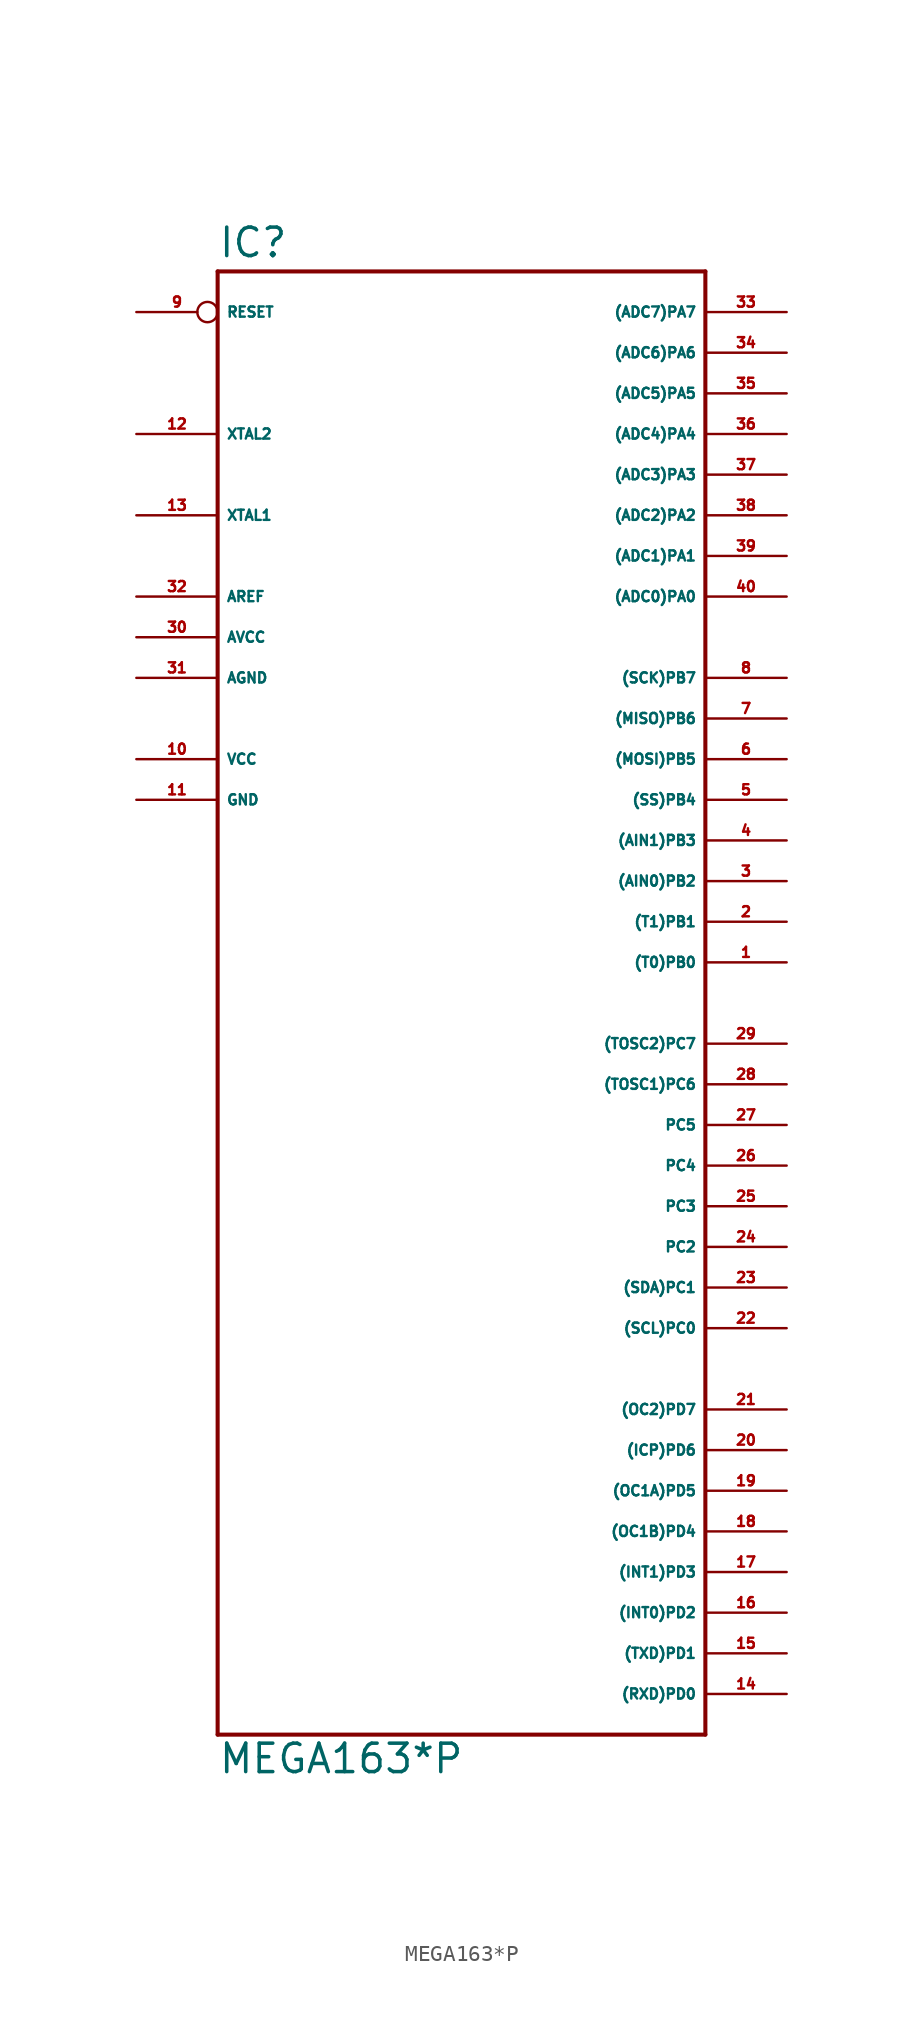
<source format=kicad_sym>
(kicad_symbol_lib
  (version 20220914)
  (generator Eagle2Kicad)
  (symbol "MEGA163*P"
    (property "Reference" "IC"
      (at -15.24 46.482 0)
      (effects (font (size 1.778 1.778) (thickness 0.22)) (justify left bottom)))
    (property "Value" "MEGA163*P"
      (at -15.24 -48.26 0)
      (effects (font (size 1.778 1.778) (thickness 0.22)) (justify left bottom)))
    (polyline
      (pts (xy -15.24 45.72) (xy 15.24 45.72))
      (stroke (width 0.254) (type default))
      (fill (type none)))
    (polyline
      (pts (xy 15.24 45.72) (xy 15.24 -45.72))
      (stroke (width 0.254) (type default))
      (fill (type none)))
    (polyline
      (pts (xy 15.24 -45.72) (xy -15.24 -45.72))
      (stroke (width 0.254) (type default))
      (fill (type none)))
    (polyline
      (pts (xy -15.24 -45.72) (xy -15.24 45.72))
      (stroke (width 0.254) (type default))
      (fill (type none)))
    (pin bidirectional line
      (at 20.32 43.18 180)
      (length 5.08)
      (name "(ADC7)PA7" (effects (font (size 0.635 0.635) (thickness 0.08)) (justify left bottom)))
      (number "33" (effects (font (size 0.635 0.635) (thickness 0.08)) (justify left bottom))))
    (pin bidirectional line
      (at 20.32 40.64 180)
      (length 5.08)
      (name "(ADC6)PA6" (effects (font (size 0.635 0.635) (thickness 0.08)) (justify left bottom)))
      (number "34" (effects (font (size 0.635 0.635) (thickness 0.08)) (justify left bottom))))
    (pin bidirectional line
      (at 20.32 38.1 180)
      (length 5.08)
      (name "(ADC5)PA5" (effects (font (size 0.635 0.635) (thickness 0.08)) (justify left bottom)))
      (number "35" (effects (font (size 0.635 0.635) (thickness 0.08)) (justify left bottom))))
    (pin bidirectional line
      (at 20.32 35.56 180)
      (length 5.08)
      (name "(ADC4)PA4" (effects (font (size 0.635 0.635) (thickness 0.08)) (justify left bottom)))
      (number "36" (effects (font (size 0.635 0.635) (thickness 0.08)) (justify left bottom))))
    (pin bidirectional line
      (at 20.32 33.02 180)
      (length 5.08)
      (name "(ADC3)PA3" (effects (font (size 0.635 0.635) (thickness 0.08)) (justify left bottom)))
      (number "37" (effects (font (size 0.635 0.635) (thickness 0.08)) (justify left bottom))))
    (pin bidirectional line
      (at 20.32 30.48 180)
      (length 5.08)
      (name "(ADC2)PA2" (effects (font (size 0.635 0.635) (thickness 0.08)) (justify left bottom)))
      (number "38" (effects (font (size 0.635 0.635) (thickness 0.08)) (justify left bottom))))
    (pin bidirectional line
      (at 20.32 27.94 180)
      (length 5.08)
      (name "(ADC1)PA1" (effects (font (size 0.635 0.635) (thickness 0.08)) (justify left bottom)))
      (number "39" (effects (font (size 0.635 0.635) (thickness 0.08)) (justify left bottom))))
    (pin bidirectional line
      (at 20.32 25.4 180)
      (length 5.08)
      (name "(ADC0)PA0" (effects (font (size 0.635 0.635) (thickness 0.08)) (justify left bottom)))
      (number "40" (effects (font (size 0.635 0.635) (thickness 0.08)) (justify left bottom))))
    (pin bidirectional line
      (at 20.32 20.32 180)
      (length 5.08)
      (name "(SCK)PB7" (effects (font (size 0.635 0.635) (thickness 0.08)) (justify left bottom)))
      (number "8" (effects (font (size 0.635 0.635) (thickness 0.08)) (justify left bottom))))
    (pin bidirectional line
      (at 20.32 17.78 180)
      (length 5.08)
      (name "(MISO)PB6" (effects (font (size 0.635 0.635) (thickness 0.08)) (justify left bottom)))
      (number "7" (effects (font (size 0.635 0.635) (thickness 0.08)) (justify left bottom))))
    (pin bidirectional line
      (at 20.32 15.24 180)
      (length 5.08)
      (name "(MOSI)PB5" (effects (font (size 0.635 0.635) (thickness 0.08)) (justify left bottom)))
      (number "6" (effects (font (size 0.635 0.635) (thickness 0.08)) (justify left bottom))))
    (pin bidirectional line
      (at 20.32 12.7 180)
      (length 5.08)
      (name "(SS)PB4" (effects (font (size 0.635 0.635) (thickness 0.08)) (justify left bottom)))
      (number "5" (effects (font (size 0.635 0.635) (thickness 0.08)) (justify left bottom))))
    (pin bidirectional line
      (at 20.32 10.16 180)
      (length 5.08)
      (name "(AIN1)PB3" (effects (font (size 0.635 0.635) (thickness 0.08)) (justify left bottom)))
      (number "4" (effects (font (size 0.635 0.635) (thickness 0.08)) (justify left bottom))))
    (pin bidirectional line
      (at 20.32 7.62 180)
      (length 5.08)
      (name "(AIN0)PB2" (effects (font (size 0.635 0.635) (thickness 0.08)) (justify left bottom)))
      (number "3" (effects (font (size 0.635 0.635) (thickness 0.08)) (justify left bottom))))
    (pin bidirectional line
      (at 20.32 5.08 180)
      (length 5.08)
      (name "(T1)PB1" (effects (font (size 0.635 0.635) (thickness 0.08)) (justify left bottom)))
      (number "2" (effects (font (size 0.635 0.635) (thickness 0.08)) (justify left bottom))))
    (pin bidirectional line
      (at 20.32 2.54 180)
      (length 5.08)
      (name "(T0)PB0" (effects (font (size 0.635 0.635) (thickness 0.08)) (justify left bottom)))
      (number "1" (effects (font (size 0.635 0.635) (thickness 0.08)) (justify left bottom))))
    (pin bidirectional line
      (at 20.32 -2.54 180)
      (length 5.08)
      (name "(TOSC2)PC7" (effects (font (size 0.635 0.635) (thickness 0.08)) (justify left bottom)))
      (number "29" (effects (font (size 0.635 0.635) (thickness 0.08)) (justify left bottom))))
    (pin bidirectional line
      (at 20.32 -5.08 180)
      (length 5.08)
      (name "(TOSC1)PC6" (effects (font (size 0.635 0.635) (thickness 0.08)) (justify left bottom)))
      (number "28" (effects (font (size 0.635 0.635) (thickness 0.08)) (justify left bottom))))
    (pin bidirectional line
      (at 20.32 -7.62 180)
      (length 5.08)
      (name "PC5" (effects (font (size 0.635 0.635) (thickness 0.08)) (justify left bottom)))
      (number "27" (effects (font (size 0.635 0.635) (thickness 0.08)) (justify left bottom))))
    (pin bidirectional line
      (at 20.32 -10.16 180)
      (length 5.08)
      (name "PC4" (effects (font (size 0.635 0.635) (thickness 0.08)) (justify left bottom)))
      (number "26" (effects (font (size 0.635 0.635) (thickness 0.08)) (justify left bottom))))
    (pin bidirectional line
      (at 20.32 -12.7 180)
      (length 5.08)
      (name "PC3" (effects (font (size 0.635 0.635) (thickness 0.08)) (justify left bottom)))
      (number "25" (effects (font (size 0.635 0.635) (thickness 0.08)) (justify left bottom))))
    (pin bidirectional line
      (at 20.32 -15.24 180)
      (length 5.08)
      (name "PC2" (effects (font (size 0.635 0.635) (thickness 0.08)) (justify left bottom)))
      (number "24" (effects (font (size 0.635 0.635) (thickness 0.08)) (justify left bottom))))
    (pin bidirectional line
      (at 20.32 -17.78 180)
      (length 5.08)
      (name "(SDA)PC1" (effects (font (size 0.635 0.635) (thickness 0.08)) (justify left bottom)))
      (number "23" (effects (font (size 0.635 0.635) (thickness 0.08)) (justify left bottom))))
    (pin bidirectional line
      (at 20.32 -20.32 180)
      (length 5.08)
      (name "(SCL)PC0" (effects (font (size 0.635 0.635) (thickness 0.08)) (justify left bottom)))
      (number "22" (effects (font (size 0.635 0.635) (thickness 0.08)) (justify left bottom))))
    (pin unspecified line
      (at -20.32 20.32 0)
      (length 5.08)
      (name "AGND" (effects (font (size 0.635 0.635) (thickness 0.08)) (justify left bottom)))
      (number "31" (effects (font (size 0.635 0.635) (thickness 0.08)) (justify left bottom))))
    (pin unspecified line
      (at -20.32 22.86 0)
      (length 5.08)
      (name "AVCC" (effects (font (size 0.635 0.635) (thickness 0.08)) (justify left bottom)))
      (number "30" (effects (font (size 0.635 0.635) (thickness 0.08)) (justify left bottom))))
    (pin passive line
      (at -20.32 25.4 0)
      (length 5.08)
      (name "AREF" (effects (font (size 0.635 0.635) (thickness 0.08)) (justify left bottom)))
      (number "32" (effects (font (size 0.635 0.635) (thickness 0.08)) (justify left bottom))))
    (pin bidirectional line
      (at -20.32 30.48 0)
      (length 5.08)
      (name "XTAL1" (effects (font (size 0.635 0.635) (thickness 0.08)) (justify left bottom)))
      (number "13" (effects (font (size 0.635 0.635) (thickness 0.08)) (justify left bottom))))
    (pin bidirectional line
      (at -20.32 35.56 0)
      (length 5.08)
      (name "XTAL2" (effects (font (size 0.635 0.635) (thickness 0.08)) (justify left bottom)))
      (number "12" (effects (font (size 0.635 0.635) (thickness 0.08)) (justify left bottom))))
    (pin unspecified line
      (at -20.32 15.24 0)
      (length 5.08)
      (name "VCC" (effects (font (size 0.635 0.635) (thickness 0.08)) (justify left bottom)))
      (number "10" (effects (font (size 0.635 0.635) (thickness 0.08)) (justify left bottom))))
    (pin unspecified line
      (at -20.32 12.7 0)
      (length 5.08)
      (name "GND" (effects (font (size 0.635 0.635) (thickness 0.08)) (justify left bottom)))
      (number "11" (effects (font (size 0.635 0.635) (thickness 0.08)) (justify left bottom))))
    (pin input inverted
      (at -20.32 43.18 0)
      (length 5.08)
      (name "RESET" (effects (font (size 0.635 0.635) (thickness 0.08)) (justify left bottom)))
      (number "9" (effects (font (size 0.635 0.635) (thickness 0.08)) (justify left bottom))))
    (pin bidirectional line
      (at 20.32 -43.18 180)
      (length 5.08)
      (name "(RXD)PD0" (effects (font (size 0.635 0.635) (thickness 0.08)) (justify left bottom)))
      (number "14" (effects (font (size 0.635 0.635) (thickness 0.08)) (justify left bottom))))
    (pin bidirectional line
      (at 20.32 -40.64 180)
      (length 5.08)
      (name "(TXD)PD1" (effects (font (size 0.635 0.635) (thickness 0.08)) (justify left bottom)))
      (number "15" (effects (font (size 0.635 0.635) (thickness 0.08)) (justify left bottom))))
    (pin bidirectional line
      (at 20.32 -38.1 180)
      (length 5.08)
      (name "(INT0)PD2" (effects (font (size 0.635 0.635) (thickness 0.08)) (justify left bottom)))
      (number "16" (effects (font (size 0.635 0.635) (thickness 0.08)) (justify left bottom))))
    (pin bidirectional line
      (at 20.32 -35.56 180)
      (length 5.08)
      (name "(INT1)PD3" (effects (font (size 0.635 0.635) (thickness 0.08)) (justify left bottom)))
      (number "17" (effects (font (size 0.635 0.635) (thickness 0.08)) (justify left bottom))))
    (pin bidirectional line
      (at 20.32 -33.02 180)
      (length 5.08)
      (name "(OC1B)PD4" (effects (font (size 0.635 0.635) (thickness 0.08)) (justify left bottom)))
      (number "18" (effects (font (size 0.635 0.635) (thickness 0.08)) (justify left bottom))))
    (pin bidirectional line
      (at 20.32 -30.48 180)
      (length 5.08)
      (name "(OC1A)PD5" (effects (font (size 0.635 0.635) (thickness 0.08)) (justify left bottom)))
      (number "19" (effects (font (size 0.635 0.635) (thickness 0.08)) (justify left bottom))))
    (pin bidirectional line
      (at 20.32 -27.94 180)
      (length 5.08)
      (name "(ICP)PD6" (effects (font (size 0.635 0.635) (thickness 0.08)) (justify left bottom)))
      (number "20" (effects (font (size 0.635 0.635) (thickness 0.08)) (justify left bottom))))
    (pin bidirectional line
      (at 20.32 -25.4 180)
      (length 5.08)
      (name "(OC2)PD7" (effects (font (size 0.635 0.635) (thickness 0.08)) (justify left bottom)))
      (number "21" (effects (font (size 0.635 0.635) (thickness 0.08)) (justify left bottom))))))
</source>
